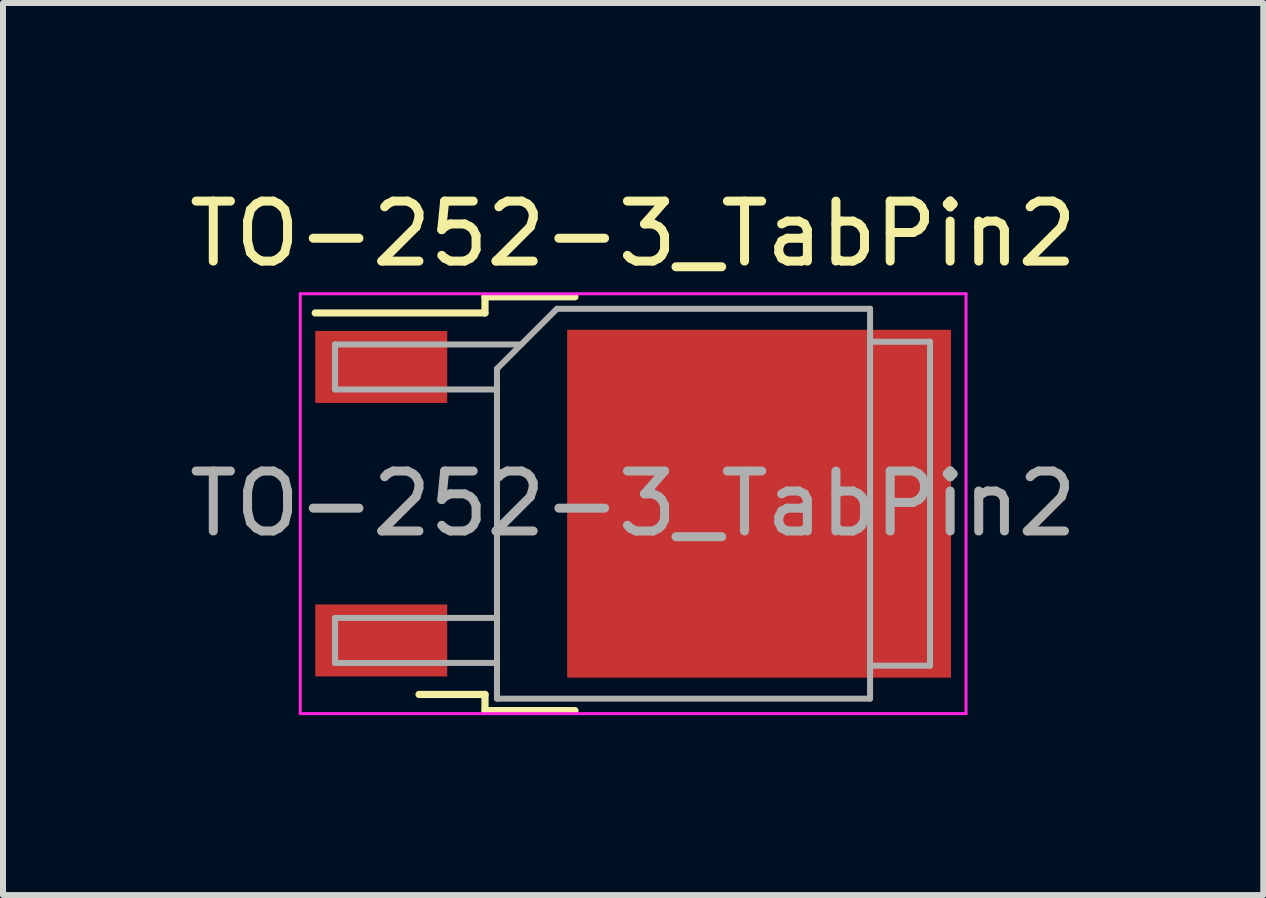
<source format=kicad_pcb>
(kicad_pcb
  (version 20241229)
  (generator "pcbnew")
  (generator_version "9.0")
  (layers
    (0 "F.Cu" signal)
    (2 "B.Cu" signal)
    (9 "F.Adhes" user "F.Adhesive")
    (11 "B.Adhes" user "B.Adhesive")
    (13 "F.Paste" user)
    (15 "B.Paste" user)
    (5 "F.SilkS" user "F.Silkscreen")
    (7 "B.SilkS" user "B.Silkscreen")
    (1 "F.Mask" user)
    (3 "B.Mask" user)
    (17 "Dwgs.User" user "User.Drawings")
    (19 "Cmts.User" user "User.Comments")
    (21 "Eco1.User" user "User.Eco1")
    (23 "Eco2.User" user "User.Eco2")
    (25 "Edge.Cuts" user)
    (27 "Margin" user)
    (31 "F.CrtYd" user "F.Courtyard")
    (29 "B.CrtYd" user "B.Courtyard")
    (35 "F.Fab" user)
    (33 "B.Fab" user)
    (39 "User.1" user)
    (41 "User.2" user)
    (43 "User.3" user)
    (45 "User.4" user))
  (footprint "TO-252-3_TabPin2"
    (layer "F.Cu")
    (at 7.506 5.348)
    (property "Reference" "TO-252-3_TabPin2" (at 0 -4.5 0) (layer "F.SilkS") (effects (font (size 1 1) (thickness 0.15))))
    (attr smd)
    (fp_line (start -2.47 -3.45) (end -2.47 -3.18) (stroke (width 0.12) (type solid)) (layer "F.SilkS"))
    (fp_line (start -2.47 -3.18) (end -5.3 -3.18) (stroke (width 0.12) (type solid)) (layer "F.SilkS"))
    (fp_line (start -2.47 3.18) (end -3.57 3.18) (stroke (width 0.12) (type solid)) (layer "F.SilkS"))
    (fp_line (start -2.47 3.45) (end -2.47 3.18) (stroke (width 0.12) (type solid)) (layer "F.SilkS"))
    (fp_line (start -0.97 -3.45) (end -2.47 -3.45) (stroke (width 0.12) (type solid)) (layer "F.SilkS"))
    (fp_line (start -0.97 3.45) (end -2.47 3.45) (stroke (width 0.12) (type solid)) (layer "F.SilkS"))
    (fp_line (start -5.55 -3.5) (end -5.55 3.5) (stroke (width 0.05) (type solid)) (layer "F.CrtYd"))
    (fp_line (start -5.55 3.5) (end 5.55 3.5) (stroke (width 0.05) (type solid)) (layer "F.CrtYd"))
    (fp_line (start 5.55 -3.5) (end -5.55 -3.5) (stroke (width 0.05) (type solid)) (layer "F.CrtYd"))
    (fp_line (start 5.55 3.5) (end 5.55 -3.5) (stroke (width 0.05) (type solid)) (layer "F.CrtYd"))
    (fp_line (start -4.97 -2.655) (end -4.97 -1.905) (stroke (width 0.1) (type solid)) (layer "F.Fab"))
    (fp_line (start -4.97 -1.905) (end -2.27 -1.905) (stroke (width 0.1) (type solid)) (layer "F.Fab"))
    (fp_line (start -4.97 1.905) (end -4.97 2.655) (stroke (width 0.1) (type solid)) (layer "F.Fab"))
    (fp_line (start -4.97 2.655) (end -2.27 2.655) (stroke (width 0.1) (type solid)) (layer "F.Fab"))
    (fp_line (start -2.27 -2.25) (end -1.27 -3.25) (stroke (width 0.1) (type solid)) (layer "F.Fab"))
    (fp_line (start -2.27 1.905) (end -4.97 1.905) (stroke (width 0.1) (type solid)) (layer "F.Fab"))
    (fp_line (start -2.27 3.25) (end -2.27 -2.25) (stroke (width 0.1) (type solid)) (layer "F.Fab"))
    (fp_line (start -1.865 -2.655) (end -4.97 -2.655) (stroke (width 0.1) (type solid)) (layer "F.Fab"))
    (fp_line (start -1.27 -3.25) (end 3.95 -3.25) (stroke (width 0.1) (type solid)) (layer "F.Fab"))
    (fp_line (start 3.95 -3.25) (end 3.95 3.25) (stroke (width 0.1) (type solid)) (layer "F.Fab"))
    (fp_line (start 3.95 -2.7) (end 4.95 -2.7) (stroke (width 0.1) (type solid)) (layer "F.Fab"))
    (fp_line (start 3.95 3.25) (end -2.27 3.25) (stroke (width 0.1) (type solid)) (layer "F.Fab"))
    (fp_line (start 4.95 -2.7) (end 4.95 2.7) (stroke (width 0.1) (type solid)) (layer "F.Fab"))
    (fp_line (start 4.95 2.7) (end 3.95 2.7) (stroke (width 0.1) (type solid)) (layer "F.Fab"))
    (fp_text user "${REFERENCE}" (at 0 0 0) (layer "F.Fab") (effects (font (size 1 1) (thickness 0.15))))
    (pad "" smd rect (at 0.425 -1.525) (size 3.05 2.75) (layers "F.Paste"))
    (pad "" smd rect (at 0.425 1.525) (size 3.05 2.75) (layers "F.Paste"))
    (pad "" smd rect (at 3.775 -1.525) (size 3.05 2.75) (layers "F.Paste"))
    (pad "" smd rect (at 3.775 1.525) (size 3.05 2.75) (layers "F.Paste"))
    (pad "1" smd rect (at -4.2 -2.28) (size 2.2 1.2) (layers "F.Cu" "F.Mask" "F.Paste"))
    (pad "1" smd rect (at -4.2 2.28) (size 2.2 1.2) (layers "F.Cu" "F.Mask" "F.Paste"))
    (pad "2" smd rect (at 2.1 0) (size 6.4 5.8) (layers "F.Cu" "F.Mask")))
  (gr_rect
    (start -3 -3)
    (end 18.012 11.873)
    (stroke (width 0.1) (type default))
    (fill no)
    (layer "Edge.Cuts")))
</source>
